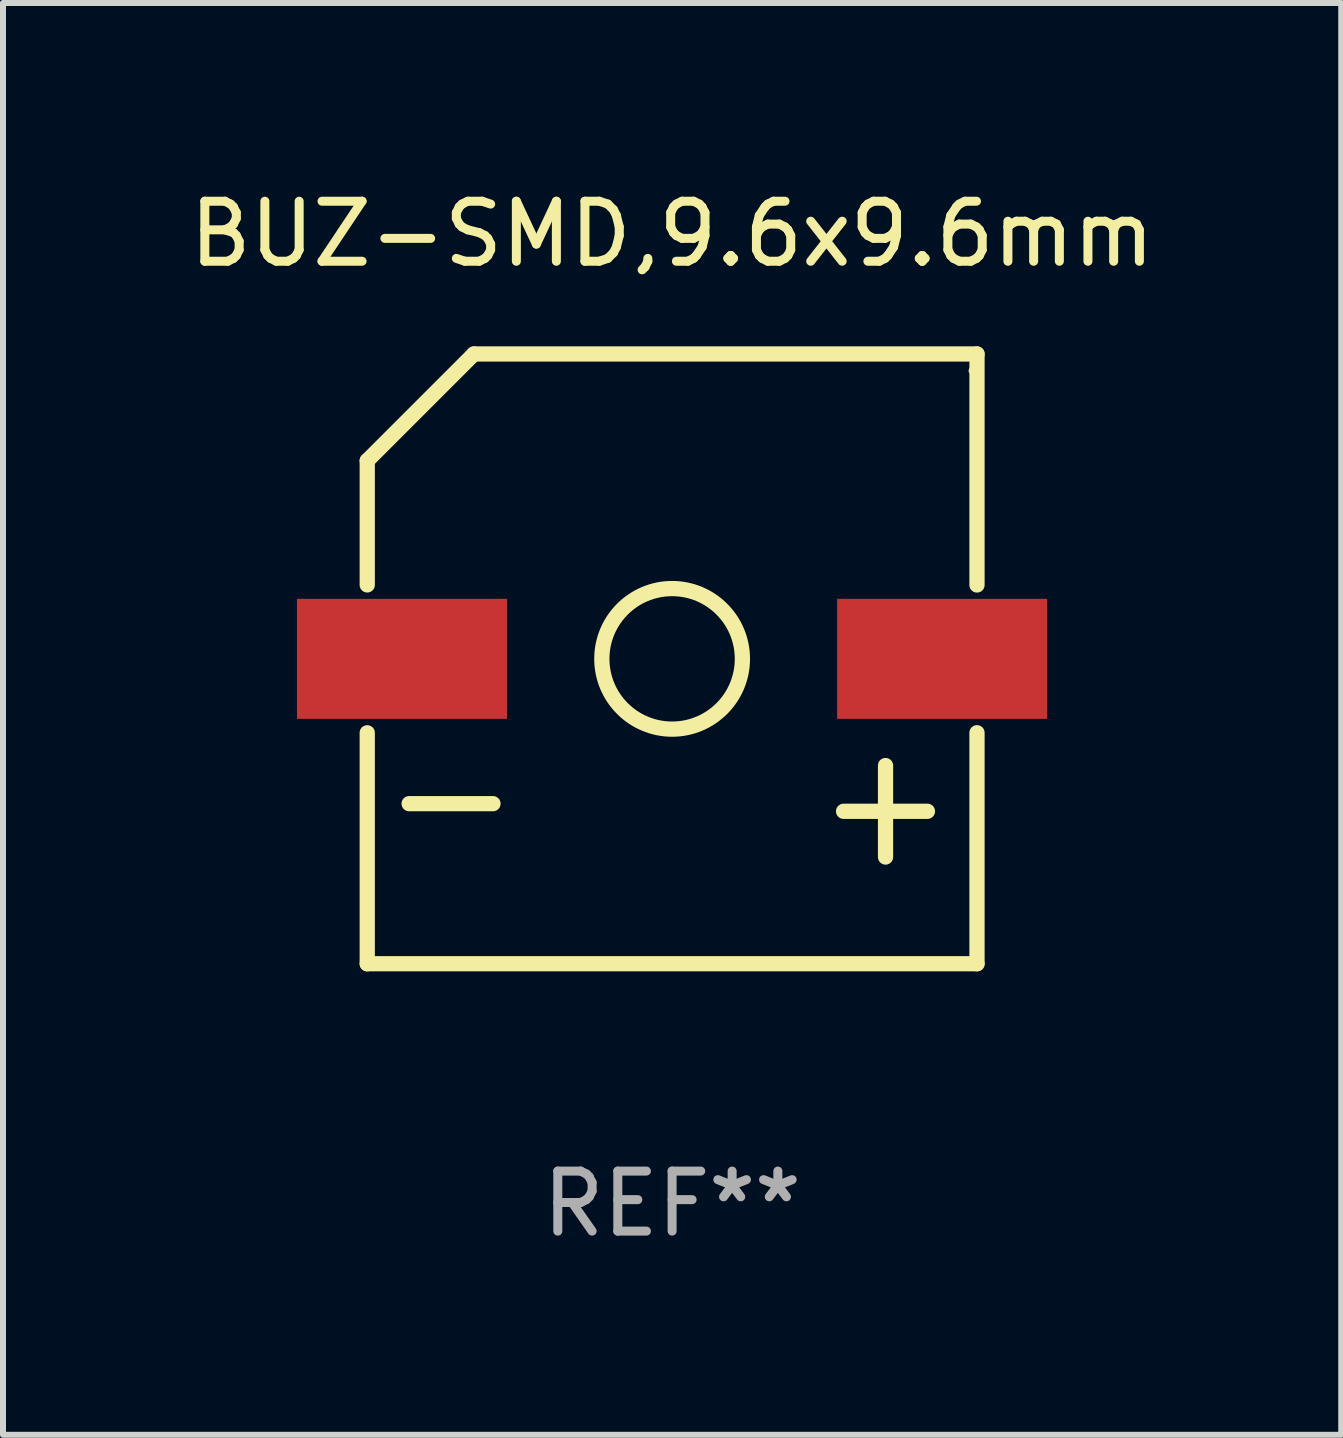
<source format=kicad_pcb>
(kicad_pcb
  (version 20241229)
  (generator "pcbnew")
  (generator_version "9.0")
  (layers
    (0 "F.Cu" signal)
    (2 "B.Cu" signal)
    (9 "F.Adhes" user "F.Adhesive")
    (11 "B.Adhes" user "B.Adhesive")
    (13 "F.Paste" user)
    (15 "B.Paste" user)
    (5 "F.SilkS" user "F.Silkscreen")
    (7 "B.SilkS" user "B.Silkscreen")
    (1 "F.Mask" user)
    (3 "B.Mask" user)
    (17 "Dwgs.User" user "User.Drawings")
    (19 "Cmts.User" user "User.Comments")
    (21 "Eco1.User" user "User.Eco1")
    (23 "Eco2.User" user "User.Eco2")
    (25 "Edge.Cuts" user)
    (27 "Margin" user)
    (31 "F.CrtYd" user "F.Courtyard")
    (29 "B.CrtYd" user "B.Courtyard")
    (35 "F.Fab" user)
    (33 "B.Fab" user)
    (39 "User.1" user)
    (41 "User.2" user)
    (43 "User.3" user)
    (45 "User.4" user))
  (footprint "BUZ-SMD,9.6x9.6mm"
    (layer "F.Cu")
    (at 8.148 7.928)
    (property "Reference" "BUZ-SMD,9.6x9.6mm" (at 0.001 -7.08 0) (layer "F.SilkS") (effects (font (size 1 1) (thickness 0.15))))
    (attr smd)
    (fp_line (start -5.079 -3.302) (end -5.079 -1.232) (stroke (width 0.254) (type solid)) (layer "F.SilkS"))
    (fp_line (start -5.079 -3.302) (end -3.301 -5.08) (stroke (width 0.254) (type solid)) (layer "F.SilkS"))
    (fp_line (start -5.079 1.232) (end -5.079 5.08) (stroke (width 0.254) (type solid)) (layer "F.SilkS"))
    (fp_line (start -4.381 2.413) (end -2.984 2.413) (stroke (width 0.254) (type solid)) (layer "F.SilkS"))
    (fp_line (start -3.301 -5.08) (end 5.081 -5.08) (stroke (width 0.254) (type solid)) (layer "F.SilkS"))
    (fp_line (start 2.858 2.54) (end 4.255 2.54) (stroke (width 0.254) (type solid)) (layer "F.SilkS"))
    (fp_line (start 3.557 1.778) (end 3.557 3.302) (stroke (width 0.254) (type solid)) (layer "F.SilkS"))
    (fp_line (start 5.081 -5.08) (end 5.081 -1.231) (stroke (width 0.254) (type solid)) (layer "F.SilkS"))
    (fp_line (start 5.081 1.231) (end 5.081 5.08) (stroke (width 0.254) (type solid)) (layer "F.SilkS"))
    (fp_line (start 5.081 5.08) (end -5.079 5.08) (stroke (width 0.254) (type solid)) (layer "F.SilkS"))
    (fp_circle (center 0.001 0) (end 1.172 0) (stroke (width 0.254) (type solid)) (fill no) (layer "F.SilkS"))
    (fp_circle (center 5 -4.8) (end 5.03 -4.8) (stroke (width 0.06) (type solid)) (fill no) (layer "F.SilkS"))
    (fp_text user "REF**" (at 0.001 9.08 0) (layer "F.Fab") (effects (font (size 1 1) (thickness 0.15))))
    (pad "1" smd rect (at 4.5 0) (size 3.5 2) (layers "F.Cu" "F.Mask" "F.Paste"))
    (pad "2" smd rect (at -4.5 0) (size 3.5 2) (layers "F.Cu" "F.Mask" "F.Paste")))
  (gr_rect
    (start -3 -3)
    (end 19.298 20.857)
    (stroke (width 0.1) (type default))
    (fill no)
    (layer "Edge.Cuts")))
</source>
